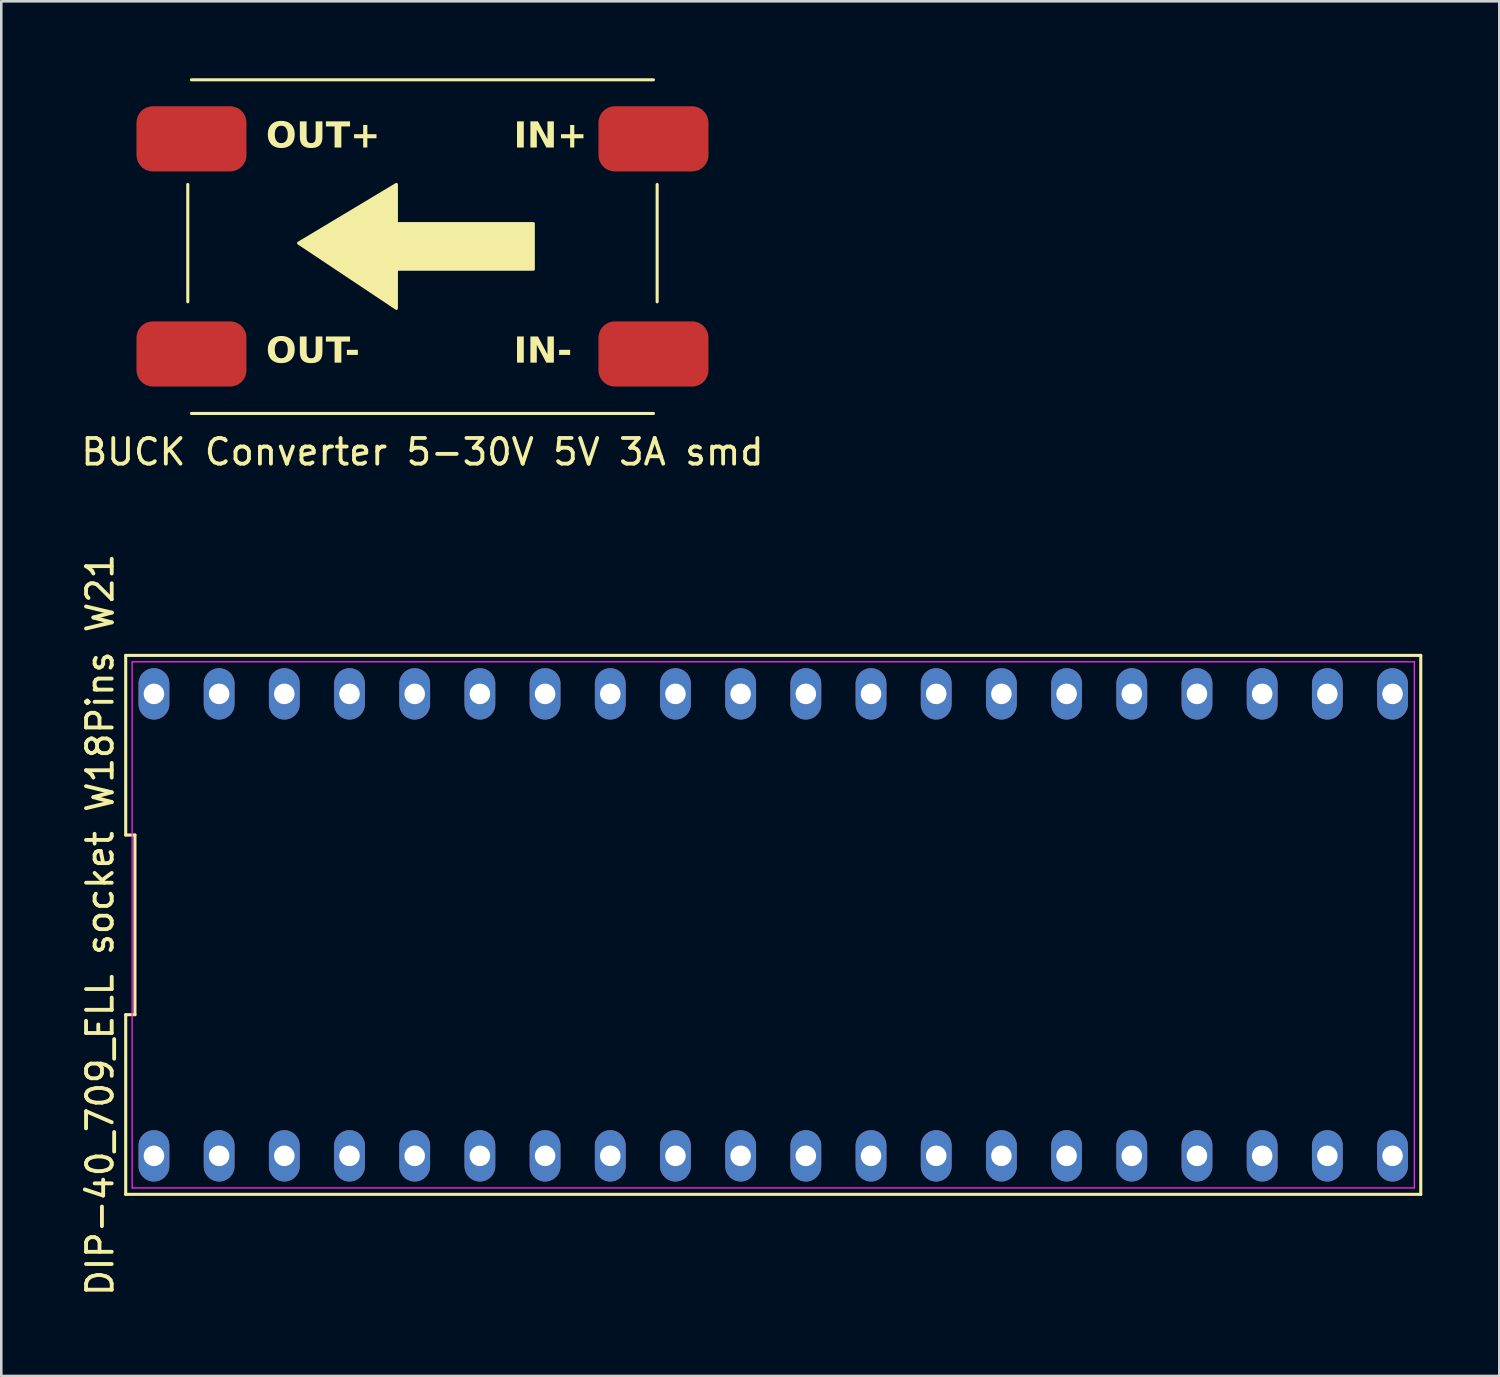
<source format=kicad_pcb>
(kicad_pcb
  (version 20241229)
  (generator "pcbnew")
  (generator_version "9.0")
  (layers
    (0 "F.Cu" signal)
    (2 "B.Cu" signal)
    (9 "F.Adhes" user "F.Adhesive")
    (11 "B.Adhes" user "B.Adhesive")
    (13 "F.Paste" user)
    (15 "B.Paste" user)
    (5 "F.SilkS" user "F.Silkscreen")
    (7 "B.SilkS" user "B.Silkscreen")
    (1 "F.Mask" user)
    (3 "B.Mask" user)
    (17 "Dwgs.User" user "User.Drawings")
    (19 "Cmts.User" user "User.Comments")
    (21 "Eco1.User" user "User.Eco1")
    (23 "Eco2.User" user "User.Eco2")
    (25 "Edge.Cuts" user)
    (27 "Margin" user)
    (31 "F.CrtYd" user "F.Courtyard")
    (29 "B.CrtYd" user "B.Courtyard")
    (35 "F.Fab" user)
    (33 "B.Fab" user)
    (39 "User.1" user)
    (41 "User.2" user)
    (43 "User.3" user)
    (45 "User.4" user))
  (footprint "BUCK Converter 5-30V 5V 3A smd"
    (layer "F.Cu")
    (at 13.411 6.932)
    (property "Reference" "BUCK Converter 5-30V 5V 3A smd" (at 0 7.628 0) (unlocked yes) (layer "F.SilkS") (effects (font (size 1 1) (thickness 0.15))))
    (attr smd)
    (fp_line (start -9.144 -2.794) (end -9.144 1.778) (stroke (width 0.12) (type default)) (layer "F.SilkS"))
    (fp_line (start -9 6.128) (end 9 6.128) (stroke (width 0.12) (type default)) (layer "F.SilkS"))
    (fp_line (start 9 -6.872) (end -9 -6.872) (stroke (width 0.12) (type default)) (layer "F.SilkS"))
    (fp_line (start 9.144 1.778) (end 9.144 -2.794) (stroke (width 0.12) (type default)) (layer "F.SilkS"))
    (fp_poly (pts (xy 4.318 0.508) (xy -1.016 0.508) (xy -1.016 2.032) (xy -4.826 -0.508) (xy -1.016 -2.794) (xy -1.016 -1.27) (xy 4.318 -1.27)) (stroke (width 0.12) (type solid)) (fill yes) (layer "F.SilkS"))
    (fp_text user "IN-" (at 3.556 4.318 0) (unlocked yes) (layer "F.SilkS") (effects (font (face "Comic Sans MS") (size 1 1) (thickness 0.2) (bold yes)) (justify left bottom)))
    (fp_text user "OUT-" (at -6.096 4.318 0) (unlocked yes) (layer "F.SilkS") (effects (font (face "Comic Sans MS") (size 1 1) (thickness 0.2) (bold yes)) (justify left bottom)))
    (fp_text user "OUT+" (at -6.096 -4.064 0) (unlocked yes) (layer "F.SilkS") (effects (font (face "Comic Sans MS") (size 1 1) (thickness 0.2) (bold yes)) (justify left bottom)))
    (fp_text user "IN+" (at 3.556 -4.064 0) (unlocked yes) (layer "F.SilkS") (effects (font (face "Comic Sans MS") (size 1 1) (thickness 0.2) (bold yes)) (justify left bottom)))
    (pad "0" smd roundrect (at -9 -4.572) (size 4.286 2.54) (layers "F.Cu" "F.Mask" "F.Paste") (roundrect_rratio 0.25))
    (pad "1" smd roundrect (at -9 3.81) (size 4.286 2.54) (layers "F.Cu" "F.Mask" "F.Paste") (roundrect_rratio 0.25))
    (pad "2" smd roundrect (at 9 -4.572) (size 4.286 2.54) (layers "F.Cu" "F.Mask" "F.Paste") (roundrect_rratio 0.25))
    (pad "3" smd roundrect (at 9 3.81) (size 4.286 2.54) (layers "F.Cu" "F.Mask" "F.Paste") (roundrect_rratio 0.25)))
  (footprint "DIP-40_709_ELL socket W18Pins W21"
    (layer "F.Cu")
    (at 27.078 32.986)
    (property "Reference" "DIP-40_709_ELL socket W18Pins W21" (at -26.23 0 90) (layer "F.SilkS") (effects (font (size 1 1) (thickness 0.15))))
    (attr through_hole)
    (fp_line (start -25.23 -10.5) (end -25.23 -3.5) (stroke (width 0.12) (type default)) (layer "F.SilkS"))
    (fp_line (start -25.23 -3.5) (end -24.87 -3.5) (stroke (width 0.12) (type default)) (layer "F.SilkS"))
    (fp_line (start -25.23 3.5) (end -25.23 10.5) (stroke (width 0.12) (type default)) (layer "F.SilkS"))
    (fp_line (start -25.23 10.5) (end 25.23 10.5) (stroke (width 0.12) (type default)) (layer "F.SilkS"))
    (fp_line (start -24.87 -3.5) (end -24.87 3.5) (stroke (width 0.12) (type default)) (layer "F.SilkS"))
    (fp_line (start -24.87 3.5) (end -25.23 3.5) (stroke (width 0.12) (type default)) (layer "F.SilkS"))
    (fp_line (start 25.23 -10.5) (end -25.23 -10.5) (stroke (width 0.12) (type default)) (layer "F.SilkS"))
    (fp_line (start 25.23 10.5) (end 25.23 -10.5) (stroke (width 0.12) (type default)) (layer "F.SilkS"))
    (fp_line (start -24.98 -10.25) (end 24.98 -10.25) (stroke (width 0.05) (type default)) (layer "F.CrtYd"))
    (fp_line (start -24.98 10.25) (end -24.98 -10.25) (stroke (width 0.05) (type default)) (layer "F.CrtYd"))
    (fp_line (start 24.98 -10.25) (end 24.98 10.25) (stroke (width 0.05) (type default)) (layer "F.CrtYd"))
    (fp_line (start 24.98 10.25) (end -24.98 10.25) (stroke (width 0.05) (type default)) (layer "F.CrtYd"))
    (pad "1" thru_hole oval (at -24.13 9) (size 1.2 2) (drill 0.8) (layers "*.Cu" "*.Mask"))
    (pad "2" thru_hole oval (at -21.59 9) (size 1.2 2) (drill 0.8) (layers "*.Cu" "*.Mask"))
    (pad "3" thru_hole oval (at -19.05 9) (size 1.2 2) (drill 0.8) (layers "*.Cu" "*.Mask"))
    (pad "4" thru_hole oval (at -16.51 9) (size 1.2 2) (drill 0.8) (layers "*.Cu" "*.Mask"))
    (pad "5" thru_hole oval (at -13.97 9) (size 1.2 2) (drill 0.8) (layers "*.Cu" "*.Mask"))
    (pad "6" thru_hole oval (at -11.43 9) (size 1.2 2) (drill 0.8) (layers "*.Cu" "*.Mask"))
    (pad "7" thru_hole oval (at -8.89 9) (size 1.2 2) (drill 0.8) (layers "*.Cu" "*.Mask"))
    (pad "8" thru_hole oval (at -6.35 9) (size 1.2 2) (drill 0.8) (layers "*.Cu" "*.Mask"))
    (pad "9" thru_hole oval (at -3.81 9) (size 1.2 2) (drill 0.8) (layers "*.Cu" "*.Mask"))
    (pad "10" thru_hole oval (at -1.27 9) (size 1.2 2) (drill 0.8) (layers "*.Cu" "*.Mask"))
    (pad "11" thru_hole oval (at 1.27 9) (size 1.2 2) (drill 0.8) (layers "*.Cu" "*.Mask"))
    (pad "12" thru_hole oval (at 3.81 9) (size 1.2 2) (drill 0.8) (layers "*.Cu" "*.Mask"))
    (pad "13" thru_hole oval (at 6.35 9) (size 1.2 2) (drill 0.8) (layers "*.Cu" "*.Mask"))
    (pad "14" thru_hole oval (at 8.89 9) (size 1.2 2) (drill 0.8) (layers "*.Cu" "*.Mask"))
    (pad "15" thru_hole oval (at 11.43 9) (size 1.2 2) (drill 0.8) (layers "*.Cu" "*.Mask"))
    (pad "16" thru_hole oval (at 13.97 9) (size 1.2 2) (drill 0.8) (layers "*.Cu" "*.Mask"))
    (pad "17" thru_hole oval (at 16.51 9) (size 1.2 2) (drill 0.8) (layers "*.Cu" "*.Mask"))
    (pad "18" thru_hole oval (at 19.05 9) (size 1.2 2) (drill 0.8) (layers "*.Cu" "*.Mask"))
    (pad "19" thru_hole oval (at 21.59 9) (size 1.2 2) (drill 0.8) (layers "*.Cu" "*.Mask"))
    (pad "20" thru_hole oval (at 24.13 9) (size 1.2 2) (drill 0.8) (layers "*.Cu" "*.Mask"))
    (pad "21" thru_hole oval (at 24.13 -9) (size 1.2 2) (drill 0.8) (layers "*.Cu" "*.Mask"))
    (pad "22" thru_hole oval (at 21.59 -9) (size 1.2 2) (drill 0.8) (layers "*.Cu" "*.Mask"))
    (pad "23" thru_hole oval (at 19.05 -9) (size 1.2 2) (drill 0.8) (layers "*.Cu" "*.Mask"))
    (pad "24" thru_hole oval (at 16.51 -9) (size 1.2 2) (drill 0.8) (layers "*.Cu" "*.Mask"))
    (pad "25" thru_hole oval (at 13.97 -9) (size 1.2 2) (drill 0.8) (layers "*.Cu" "*.Mask"))
    (pad "26" thru_hole oval (at 11.43 -9) (size 1.2 2) (drill 0.8) (layers "*.Cu" "*.Mask"))
    (pad "27" thru_hole oval (at 8.89 -9) (size 1.2 2) (drill 0.8) (layers "*.Cu" "*.Mask"))
    (pad "28" thru_hole oval (at 6.35 -9) (size 1.2 2) (drill 0.8) (layers "*.Cu" "*.Mask"))
    (pad "29" thru_hole oval (at 3.81 -9) (size 1.2 2) (drill 0.8) (layers "*.Cu" "*.Mask"))
    (pad "30" thru_hole oval (at 1.27 -9) (size 1.2 2) (drill 0.8) (layers "*.Cu" "*.Mask"))
    (pad "31" thru_hole oval (at -1.27 -9) (size 1.2 2) (drill 0.8) (layers "*.Cu" "*.Mask"))
    (pad "32" thru_hole oval (at -3.81 -9) (size 1.2 2) (drill 0.8) (layers "*.Cu" "*.Mask"))
    (pad "33" thru_hole oval (at -6.35 -9) (size 1.2 2) (drill 0.8) (layers "*.Cu" "*.Mask"))
    (pad "34" thru_hole oval (at -8.89 -9) (size 1.2 2) (drill 0.8) (layers "*.Cu" "*.Mask"))
    (pad "35" thru_hole oval (at -11.43 -9) (size 1.2 2) (drill 0.8) (layers "*.Cu" "*.Mask"))
    (pad "36" thru_hole oval (at -13.97 -9) (size 1.2 2) (drill 0.8) (layers "*.Cu" "*.Mask"))
    (pad "37" thru_hole oval (at -16.51 -9) (size 1.2 2) (drill 0.8) (layers "*.Cu" "*.Mask"))
    (pad "38" thru_hole oval (at -19.05 -9) (size 1.2 2) (drill 0.8) (layers "*.Cu" "*.Mask"))
    (pad "39" thru_hole oval (at -21.59 -9) (size 1.2 2) (drill 0.8) (layers "*.Cu" "*.Mask"))
    (pad "40" thru_hole oval (at -24.13 -9) (size 1.2 2) (drill 0.8) (layers "*.Cu" "*.Mask")))
  (gr_rect
    (start -3 -3)
    (end 55.368 50.563)
    (stroke (width 0.1) (type default))
    (fill no)
    (layer "Edge.Cuts")))
</source>
